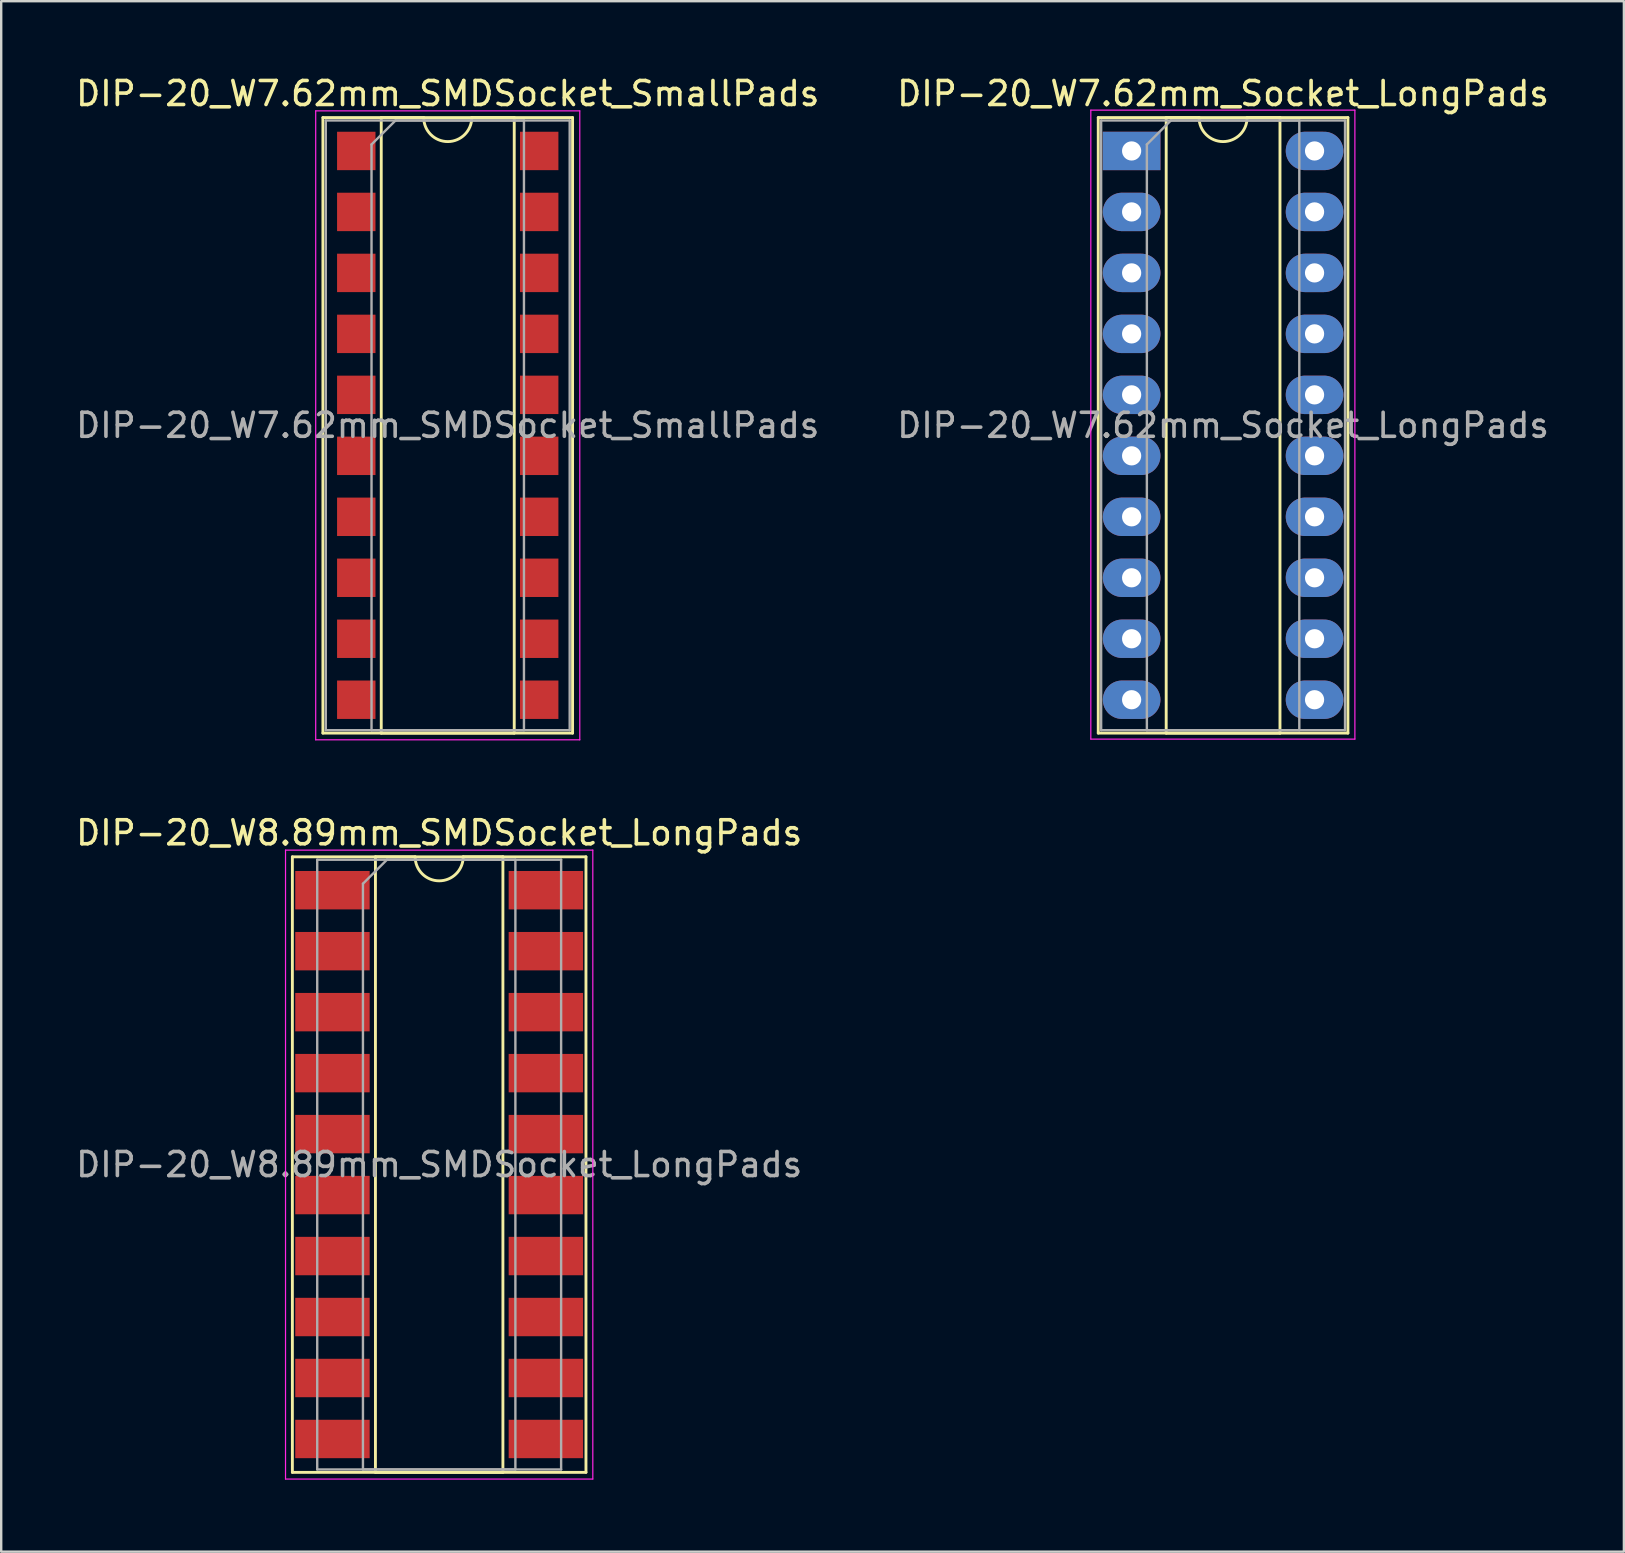
<source format=kicad_pcb>
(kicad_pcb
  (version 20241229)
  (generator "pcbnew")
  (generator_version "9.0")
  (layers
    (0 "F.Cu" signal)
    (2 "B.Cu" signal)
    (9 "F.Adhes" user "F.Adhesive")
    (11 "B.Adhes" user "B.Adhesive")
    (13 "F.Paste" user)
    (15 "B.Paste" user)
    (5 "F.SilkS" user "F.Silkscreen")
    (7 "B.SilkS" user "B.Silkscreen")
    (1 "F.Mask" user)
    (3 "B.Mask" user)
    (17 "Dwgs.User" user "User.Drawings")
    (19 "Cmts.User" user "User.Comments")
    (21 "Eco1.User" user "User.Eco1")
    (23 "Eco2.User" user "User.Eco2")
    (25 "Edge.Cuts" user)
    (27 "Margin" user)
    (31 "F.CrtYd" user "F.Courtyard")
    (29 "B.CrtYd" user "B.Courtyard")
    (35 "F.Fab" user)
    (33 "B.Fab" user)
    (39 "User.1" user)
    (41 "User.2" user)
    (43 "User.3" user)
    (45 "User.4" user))
  (footprint "DIP-20_W8.89mm_SMDSocket_LongPads"
    (layer "F.Cu")
    (at 15.244 45.462)
    (property "Reference" "DIP-20_W8.89mm_SMDSocket_LongPads" (at 0 -13.82 0) (layer "F.SilkS") (effects (font (size 1 1) (thickness 0.15))))
    (attr smd)
    (fp_line (start -6.115 -12.82) (end -6.115 12.82) (stroke (width 0.12) (type solid)) (layer "F.SilkS"))
    (fp_line (start -6.115 12.82) (end 6.115 12.82) (stroke (width 0.12) (type solid)) (layer "F.SilkS"))
    (fp_line (start -2.655 -12.82) (end -2.655 12.82) (stroke (width 0.12) (type solid)) (layer "F.SilkS"))
    (fp_line (start -2.655 12.82) (end 2.655 12.82) (stroke (width 0.12) (type solid)) (layer "F.SilkS"))
    (fp_line (start -1 -12.82) (end -2.655 -12.82) (stroke (width 0.12) (type solid)) (layer "F.SilkS"))
    (fp_line (start 2.655 -12.82) (end 1 -12.82) (stroke (width 0.12) (type solid)) (layer "F.SilkS"))
    (fp_line (start 2.655 12.82) (end 2.655 -12.82) (stroke (width 0.12) (type solid)) (layer "F.SilkS"))
    (fp_line (start 6.115 -12.82) (end -6.115 -12.82) (stroke (width 0.12) (type solid)) (layer "F.SilkS"))
    (fp_line (start 6.115 12.82) (end 6.115 -12.82) (stroke (width 0.12) (type solid)) (layer "F.SilkS"))
    (fp_arc (start 1 -12.82) (mid 0 -11.82) (end -1 -12.82) (stroke (width 0.12) (type solid)) (layer "F.SilkS"))
    (fp_line (start -6.4 -13.1) (end -6.4 13.1) (stroke (width 0.05) (type solid)) (layer "F.CrtYd"))
    (fp_line (start -6.4 13.1) (end 6.4 13.1) (stroke (width 0.05) (type solid)) (layer "F.CrtYd"))
    (fp_line (start 6.4 -13.1) (end -6.4 -13.1) (stroke (width 0.05) (type solid)) (layer "F.CrtYd"))
    (fp_line (start 6.4 13.1) (end 6.4 -13.1) (stroke (width 0.05) (type solid)) (layer "F.CrtYd"))
    (fp_line (start -5.08 -12.7) (end -5.08 12.7) (stroke (width 0.1) (type solid)) (layer "F.Fab"))
    (fp_line (start -5.08 12.7) (end 5.08 12.7) (stroke (width 0.1) (type solid)) (layer "F.Fab"))
    (fp_line (start -3.175 -11.7) (end -2.175 -12.7) (stroke (width 0.1) (type solid)) (layer "F.Fab"))
    (fp_line (start -3.175 12.7) (end -3.175 -11.7) (stroke (width 0.1) (type solid)) (layer "F.Fab"))
    (fp_line (start -2.175 -12.7) (end 3.175 -12.7) (stroke (width 0.1) (type solid)) (layer "F.Fab"))
    (fp_line (start 3.175 -12.7) (end 3.175 12.7) (stroke (width 0.1) (type solid)) (layer "F.Fab"))
    (fp_line (start 3.175 12.7) (end -3.175 12.7) (stroke (width 0.1) (type solid)) (layer "F.Fab"))
    (fp_line (start 5.08 -12.7) (end -5.08 -12.7) (stroke (width 0.1) (type solid)) (layer "F.Fab"))
    (fp_line (start 5.08 12.7) (end 5.08 -12.7) (stroke (width 0.1) (type solid)) (layer "F.Fab"))
    (fp_text user "${REFERENCE}" (at 0 0 0) (layer "F.Fab") (effects (font (size 1 1) (thickness 0.15))))
    (pad "1" smd rect (at -4.445 -11.43) (size 3.1 1.6) (layers "F.Cu" "F.Mask" "F.Paste"))
    (pad "2" smd rect (at -4.445 -8.89) (size 3.1 1.6) (layers "F.Cu" "F.Mask" "F.Paste"))
    (pad "3" smd rect (at -4.445 -6.35) (size 3.1 1.6) (layers "F.Cu" "F.Mask" "F.Paste"))
    (pad "4" smd rect (at -4.445 -3.81) (size 3.1 1.6) (layers "F.Cu" "F.Mask" "F.Paste"))
    (pad "5" smd rect (at -4.445 -1.27) (size 3.1 1.6) (layers "F.Cu" "F.Mask" "F.Paste"))
    (pad "6" smd rect (at -4.445 1.27) (size 3.1 1.6) (layers "F.Cu" "F.Mask" "F.Paste"))
    (pad "7" smd rect (at -4.445 3.81) (size 3.1 1.6) (layers "F.Cu" "F.Mask" "F.Paste"))
    (pad "8" smd rect (at -4.445 6.35) (size 3.1 1.6) (layers "F.Cu" "F.Mask" "F.Paste"))
    (pad "9" smd rect (at -4.445 8.89) (size 3.1 1.6) (layers "F.Cu" "F.Mask" "F.Paste"))
    (pad "10" smd rect (at -4.445 11.43) (size 3.1 1.6) (layers "F.Cu" "F.Mask" "F.Paste"))
    (pad "11" smd rect (at 4.445 11.43) (size 3.1 1.6) (layers "F.Cu" "F.Mask" "F.Paste"))
    (pad "12" smd rect (at 4.445 8.89) (size 3.1 1.6) (layers "F.Cu" "F.Mask" "F.Paste"))
    (pad "13" smd rect (at 4.445 6.35) (size 3.1 1.6) (layers "F.Cu" "F.Mask" "F.Paste"))
    (pad "14" smd rect (at 4.445 3.81) (size 3.1 1.6) (layers "F.Cu" "F.Mask" "F.Paste"))
    (pad "15" smd rect (at 4.445 1.27) (size 3.1 1.6) (layers "F.Cu" "F.Mask" "F.Paste"))
    (pad "16" smd rect (at 4.445 -1.27) (size 3.1 1.6) (layers "F.Cu" "F.Mask" "F.Paste"))
    (pad "17" smd rect (at 4.445 -3.81) (size 3.1 1.6) (layers "F.Cu" "F.Mask" "F.Paste"))
    (pad "18" smd rect (at 4.445 -6.35) (size 3.1 1.6) (layers "F.Cu" "F.Mask" "F.Paste"))
    (pad "19" smd rect (at 4.445 -8.89) (size 3.1 1.6) (layers "F.Cu" "F.Mask" "F.Paste"))
    (pad "20" smd rect (at 4.445 -11.43) (size 3.1 1.6) (layers "F.Cu" "F.Mask" "F.Paste")))
  (footprint "DIP-20_W7.62mm_SMDSocket_SmallPads"
    (layer "F.Cu")
    (at 15.601 14.668)
    (property "Reference" "DIP-20_W7.62mm_SMDSocket_SmallPads" (at 0 -13.82 0) (layer "F.SilkS") (effects (font (size 1 1) (thickness 0.15))))
    (attr smd)
    (fp_line (start -5.2 -12.82) (end -5.2 12.82) (stroke (width 0.12) (type solid)) (layer "F.SilkS"))
    (fp_line (start -5.2 12.82) (end 5.2 12.82) (stroke (width 0.12) (type solid)) (layer "F.SilkS"))
    (fp_line (start -2.77 -12.82) (end -2.77 12.82) (stroke (width 0.12) (type solid)) (layer "F.SilkS"))
    (fp_line (start -2.77 12.82) (end 2.77 12.82) (stroke (width 0.12) (type solid)) (layer "F.SilkS"))
    (fp_line (start -1 -12.82) (end -2.77 -12.82) (stroke (width 0.12) (type solid)) (layer "F.SilkS"))
    (fp_line (start 2.77 -12.82) (end 1 -12.82) (stroke (width 0.12) (type solid)) (layer "F.SilkS"))
    (fp_line (start 2.77 12.82) (end 2.77 -12.82) (stroke (width 0.12) (type solid)) (layer "F.SilkS"))
    (fp_line (start 5.2 -12.82) (end -5.2 -12.82) (stroke (width 0.12) (type solid)) (layer "F.SilkS"))
    (fp_line (start 5.2 12.82) (end 5.2 -12.82) (stroke (width 0.12) (type solid)) (layer "F.SilkS"))
    (fp_arc (start 1 -12.82) (mid 0 -11.82) (end -1 -12.82) (stroke (width 0.12) (type solid)) (layer "F.SilkS"))
    (fp_line (start -5.5 -13.1) (end -5.5 13.1) (stroke (width 0.05) (type solid)) (layer "F.CrtYd"))
    (fp_line (start -5.5 13.1) (end 5.5 13.1) (stroke (width 0.05) (type solid)) (layer "F.CrtYd"))
    (fp_line (start 5.5 -13.1) (end -5.5 -13.1) (stroke (width 0.05) (type solid)) (layer "F.CrtYd"))
    (fp_line (start 5.5 13.1) (end 5.5 -13.1) (stroke (width 0.05) (type solid)) (layer "F.CrtYd"))
    (fp_line (start -5.08 -12.7) (end -5.08 12.7) (stroke (width 0.1) (type solid)) (layer "F.Fab"))
    (fp_line (start -5.08 12.7) (end 5.08 12.7) (stroke (width 0.1) (type solid)) (layer "F.Fab"))
    (fp_line (start -3.175 -11.7) (end -2.175 -12.7) (stroke (width 0.1) (type solid)) (layer "F.Fab"))
    (fp_line (start -3.175 12.7) (end -3.175 -11.7) (stroke (width 0.1) (type solid)) (layer "F.Fab"))
    (fp_line (start -2.175 -12.7) (end 3.175 -12.7) (stroke (width 0.1) (type solid)) (layer "F.Fab"))
    (fp_line (start 3.175 -12.7) (end 3.175 12.7) (stroke (width 0.1) (type solid)) (layer "F.Fab"))
    (fp_line (start 3.175 12.7) (end -3.175 12.7) (stroke (width 0.1) (type solid)) (layer "F.Fab"))
    (fp_line (start 5.08 -12.7) (end -5.08 -12.7) (stroke (width 0.1) (type solid)) (layer "F.Fab"))
    (fp_line (start 5.08 12.7) (end 5.08 -12.7) (stroke (width 0.1) (type solid)) (layer "F.Fab"))
    (fp_text user "${REFERENCE}" (at 0 0 0) (layer "F.Fab") (effects (font (size 1 1) (thickness 0.15))))
    (pad "1" smd rect (at -3.81 -11.43) (size 1.6 1.6) (layers "F.Cu" "F.Mask" "F.Paste"))
    (pad "2" smd rect (at -3.81 -8.89) (size 1.6 1.6) (layers "F.Cu" "F.Mask" "F.Paste"))
    (pad "3" smd rect (at -3.81 -6.35) (size 1.6 1.6) (layers "F.Cu" "F.Mask" "F.Paste"))
    (pad "4" smd rect (at -3.81 -3.81) (size 1.6 1.6) (layers "F.Cu" "F.Mask" "F.Paste"))
    (pad "5" smd rect (at -3.81 -1.27) (size 1.6 1.6) (layers "F.Cu" "F.Mask" "F.Paste"))
    (pad "6" smd rect (at -3.81 1.27) (size 1.6 1.6) (layers "F.Cu" "F.Mask" "F.Paste"))
    (pad "7" smd rect (at -3.81 3.81) (size 1.6 1.6) (layers "F.Cu" "F.Mask" "F.Paste"))
    (pad "8" smd rect (at -3.81 6.35) (size 1.6 1.6) (layers "F.Cu" "F.Mask" "F.Paste"))
    (pad "9" smd rect (at -3.81 8.89) (size 1.6 1.6) (layers "F.Cu" "F.Mask" "F.Paste"))
    (pad "10" smd rect (at -3.81 11.43) (size 1.6 1.6) (layers "F.Cu" "F.Mask" "F.Paste"))
    (pad "11" smd rect (at 3.81 11.43) (size 1.6 1.6) (layers "F.Cu" "F.Mask" "F.Paste"))
    (pad "12" smd rect (at 3.81 8.89) (size 1.6 1.6) (layers "F.Cu" "F.Mask" "F.Paste"))
    (pad "13" smd rect (at 3.81 6.35) (size 1.6 1.6) (layers "F.Cu" "F.Mask" "F.Paste"))
    (pad "14" smd rect (at 3.81 3.81) (size 1.6 1.6) (layers "F.Cu" "F.Mask" "F.Paste"))
    (pad "15" smd rect (at 3.81 1.27) (size 1.6 1.6) (layers "F.Cu" "F.Mask" "F.Paste"))
    (pad "16" smd rect (at 3.81 -1.27) (size 1.6 1.6) (layers "F.Cu" "F.Mask" "F.Paste"))
    (pad "17" smd rect (at 3.81 -3.81) (size 1.6 1.6) (layers "F.Cu" "F.Mask" "F.Paste"))
    (pad "18" smd rect (at 3.81 -6.35) (size 1.6 1.6) (layers "F.Cu" "F.Mask" "F.Paste"))
    (pad "19" smd rect (at 3.81 -8.89) (size 1.6 1.6) (layers "F.Cu" "F.Mask" "F.Paste"))
    (pad "20" smd rect (at 3.81 -11.43) (size 1.6 1.6) (layers "F.Cu" "F.Mask" "F.Paste")))
  (footprint "DIP-20_W7.62mm_Socket_LongPads"
    (layer "F.Cu")
    (at 44.089 3.238)
    (property "Reference" "DIP-20_W7.62mm_Socket_LongPads" (at 3.81 -2.39 0) (layer "F.SilkS") (effects (font (size 1 1) (thickness 0.15))))
    (attr through_hole)
    (fp_line (start -1.39 -1.39) (end -1.39 24.25) (stroke (width 0.12) (type solid)) (layer "F.SilkS"))
    (fp_line (start -1.39 24.25) (end 9.01 24.25) (stroke (width 0.12) (type solid)) (layer "F.SilkS"))
    (fp_line (start 1.44 -1.39) (end 1.44 24.25) (stroke (width 0.12) (type solid)) (layer "F.SilkS"))
    (fp_line (start 1.44 24.25) (end 6.18 24.25) (stroke (width 0.12) (type solid)) (layer "F.SilkS"))
    (fp_line (start 2.81 -1.39) (end 1.44 -1.39) (stroke (width 0.12) (type solid)) (layer "F.SilkS"))
    (fp_line (start 6.18 -1.39) (end 4.81 -1.39) (stroke (width 0.12) (type solid)) (layer "F.SilkS"))
    (fp_line (start 6.18 24.25) (end 6.18 -1.39) (stroke (width 0.12) (type solid)) (layer "F.SilkS"))
    (fp_line (start 9.01 -1.39) (end -1.39 -1.39) (stroke (width 0.12) (type solid)) (layer "F.SilkS"))
    (fp_line (start 9.01 24.25) (end 9.01 -1.39) (stroke (width 0.12) (type solid)) (layer "F.SilkS"))
    (fp_arc (start 4.81 -1.39) (mid 3.81 -0.39) (end 2.81 -1.39) (stroke (width 0.12) (type solid)) (layer "F.SilkS"))
    (fp_line (start -1.7 -1.7) (end -1.7 24.5) (stroke (width 0.05) (type solid)) (layer "F.CrtYd"))
    (fp_line (start -1.7 24.5) (end 9.3 24.5) (stroke (width 0.05) (type solid)) (layer "F.CrtYd"))
    (fp_line (start 9.3 -1.7) (end -1.7 -1.7) (stroke (width 0.05) (type solid)) (layer "F.CrtYd"))
    (fp_line (start 9.3 24.5) (end 9.3 -1.7) (stroke (width 0.05) (type solid)) (layer "F.CrtYd"))
    (fp_line (start -1.27 -1.27) (end -1.27 24.13) (stroke (width 0.1) (type solid)) (layer "F.Fab"))
    (fp_line (start -1.27 24.13) (end 8.89 24.13) (stroke (width 0.1) (type solid)) (layer "F.Fab"))
    (fp_line (start 0.635 -0.27) (end 1.635 -1.27) (stroke (width 0.1) (type solid)) (layer "F.Fab"))
    (fp_line (start 0.635 24.13) (end 0.635 -0.27) (stroke (width 0.1) (type solid)) (layer "F.Fab"))
    (fp_line (start 1.635 -1.27) (end 6.985 -1.27) (stroke (width 0.1) (type solid)) (layer "F.Fab"))
    (fp_line (start 6.985 -1.27) (end 6.985 24.13) (stroke (width 0.1) (type solid)) (layer "F.Fab"))
    (fp_line (start 6.985 24.13) (end 0.635 24.13) (stroke (width 0.1) (type solid)) (layer "F.Fab"))
    (fp_line (start 8.89 -1.27) (end -1.27 -1.27) (stroke (width 0.1) (type solid)) (layer "F.Fab"))
    (fp_line (start 8.89 24.13) (end 8.89 -1.27) (stroke (width 0.1) (type solid)) (layer "F.Fab"))
    (fp_text user "${REFERENCE}" (at 3.81 11.43 0) (layer "F.Fab") (effects (font (size 1 1) (thickness 0.15))))
    (pad "1" thru_hole rect (at 0 0) (size 2.4 1.6) (drill 0.8) (layers "*.Cu" "*.Mask"))
    (pad "2" thru_hole oval (at 0 2.54) (size 2.4 1.6) (drill 0.8) (layers "*.Cu" "*.Mask"))
    (pad "3" thru_hole oval (at 0 5.08) (size 2.4 1.6) (drill 0.8) (layers "*.Cu" "*.Mask"))
    (pad "4" thru_hole oval (at 0 7.62) (size 2.4 1.6) (drill 0.8) (layers "*.Cu" "*.Mask"))
    (pad "5" thru_hole oval (at 0 10.16) (size 2.4 1.6) (drill 0.8) (layers "*.Cu" "*.Mask"))
    (pad "6" thru_hole oval (at 0 12.7) (size 2.4 1.6) (drill 0.8) (layers "*.Cu" "*.Mask"))
    (pad "7" thru_hole oval (at 0 15.24) (size 2.4 1.6) (drill 0.8) (layers "*.Cu" "*.Mask"))
    (pad "8" thru_hole oval (at 0 17.78) (size 2.4 1.6) (drill 0.8) (layers "*.Cu" "*.Mask"))
    (pad "9" thru_hole oval (at 0 20.32) (size 2.4 1.6) (drill 0.8) (layers "*.Cu" "*.Mask"))
    (pad "10" thru_hole oval (at 0 22.86) (size 2.4 1.6) (drill 0.8) (layers "*.Cu" "*.Mask"))
    (pad "11" thru_hole oval (at 7.62 22.86) (size 2.4 1.6) (drill 0.8) (layers "*.Cu" "*.Mask"))
    (pad "12" thru_hole oval (at 7.62 20.32) (size 2.4 1.6) (drill 0.8) (layers "*.Cu" "*.Mask"))
    (pad "13" thru_hole oval (at 7.62 17.78) (size 2.4 1.6) (drill 0.8) (layers "*.Cu" "*.Mask"))
    (pad "14" thru_hole oval (at 7.62 15.24) (size 2.4 1.6) (drill 0.8) (layers "*.Cu" "*.Mask"))
    (pad "15" thru_hole oval (at 7.62 12.7) (size 2.4 1.6) (drill 0.8) (layers "*.Cu" "*.Mask"))
    (pad "16" thru_hole oval (at 7.62 10.16) (size 2.4 1.6) (drill 0.8) (layers "*.Cu" "*.Mask"))
    (pad "17" thru_hole oval (at 7.62 7.62) (size 2.4 1.6) (drill 0.8) (layers "*.Cu" "*.Mask"))
    (pad "18" thru_hole oval (at 7.62 5.08) (size 2.4 1.6) (drill 0.8) (layers "*.Cu" "*.Mask"))
    (pad "19" thru_hole oval (at 7.62 2.54) (size 2.4 1.6) (drill 0.8) (layers "*.Cu" "*.Mask"))
    (pad "20" thru_hole oval (at 7.62 0) (size 2.4 1.6) (drill 0.8) (layers "*.Cu" "*.Mask")))
  (gr_rect
    (start -3 -3)
    (end 64.595 61.587)
    (stroke (width 0.1) (type default))
    (fill no)
    (layer "Edge.Cuts")))
</source>
